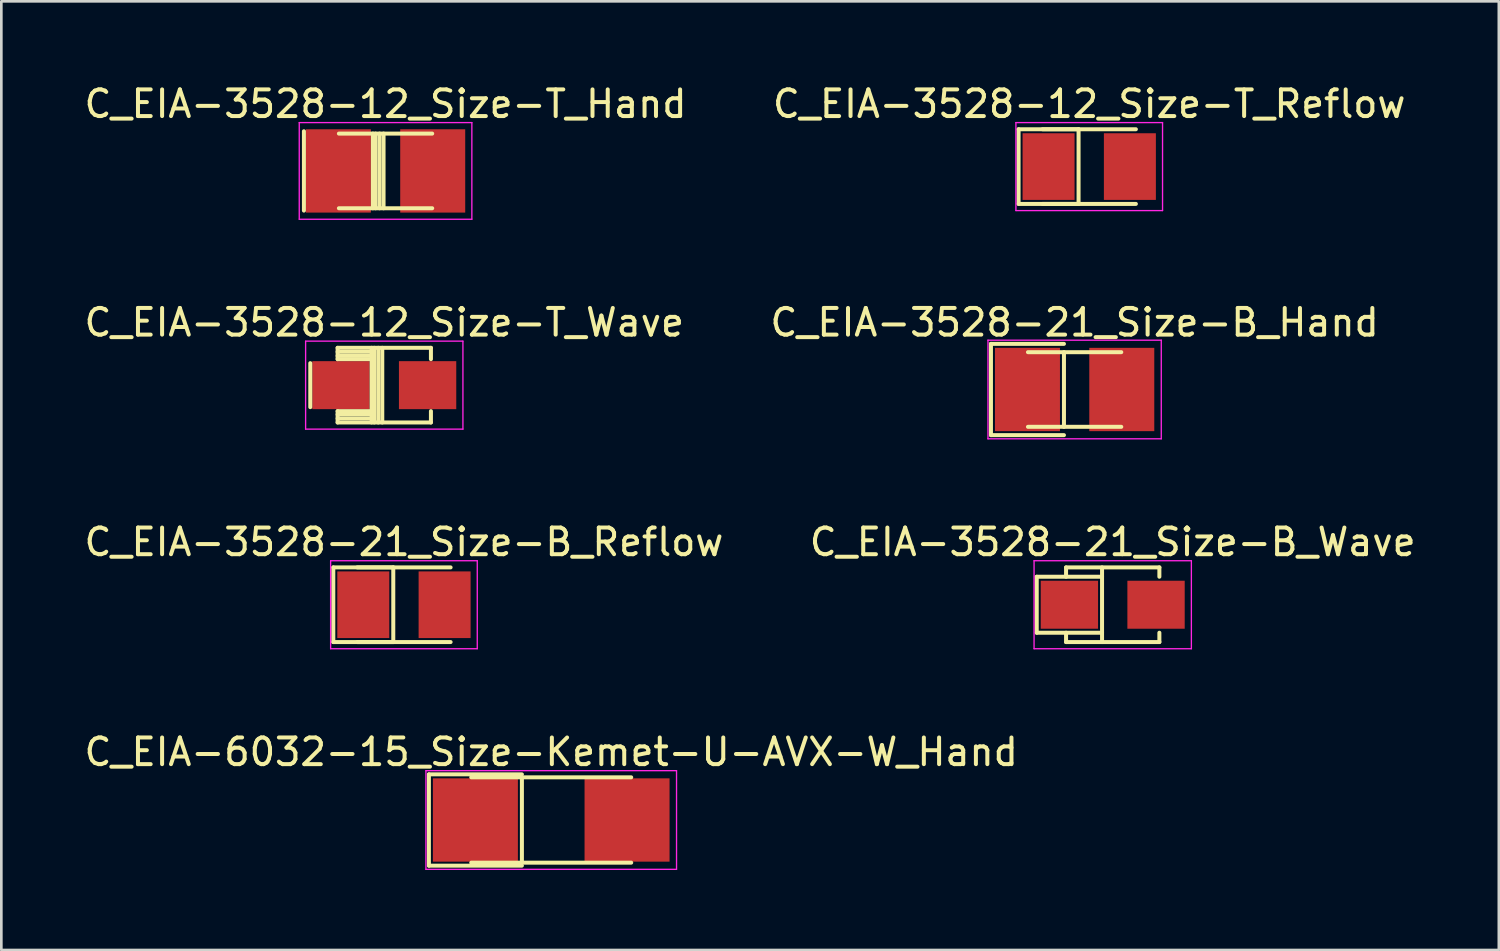
<source format=kicad_pcb>
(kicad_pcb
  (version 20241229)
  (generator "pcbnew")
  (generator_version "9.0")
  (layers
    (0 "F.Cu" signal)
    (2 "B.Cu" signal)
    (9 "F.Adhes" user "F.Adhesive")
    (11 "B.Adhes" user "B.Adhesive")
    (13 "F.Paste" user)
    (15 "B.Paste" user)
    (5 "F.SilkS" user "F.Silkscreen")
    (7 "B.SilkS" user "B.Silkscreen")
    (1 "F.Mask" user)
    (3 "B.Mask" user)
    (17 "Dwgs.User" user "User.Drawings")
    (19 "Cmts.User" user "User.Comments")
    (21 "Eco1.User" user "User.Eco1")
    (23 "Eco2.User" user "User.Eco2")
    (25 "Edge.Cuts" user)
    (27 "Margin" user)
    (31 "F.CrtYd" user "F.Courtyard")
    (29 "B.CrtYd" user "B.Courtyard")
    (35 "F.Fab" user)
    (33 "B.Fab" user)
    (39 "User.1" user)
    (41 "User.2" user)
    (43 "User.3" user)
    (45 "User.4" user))
  (footprint "C_EIA-3528-12_Size-T_Wave"
    (layer "F.Cu")
    (at 11.363 11.396)
    (property "Reference" "C_EIA-3528-12_Size-T_Wave" (at 0 -2.35 0) (layer "F.SilkS") (effects (font (size 1 1) (thickness 0.15))))
    (attr smd)
    (fp_line (start -2.775 0.825) (end -2.775 -0.825) (stroke (width 0.15) (type solid)) (layer "F.SilkS"))
    (fp_line (start -1.75 -1.4) (end -1.75 -0.975) (stroke (width 0.15) (type solid)) (layer "F.SilkS"))
    (fp_line (start -1.75 -1.4) (end 1.75 -1.4) (stroke (width 0.15) (type solid)) (layer "F.SilkS"))
    (fp_line (start -1.75 -1.25) (end -0.55 -1.25) (stroke (width 0.15) (type solid)) (layer "F.SilkS"))
    (fp_line (start -1.75 -1.1) (end -0.55 -1.1) (stroke (width 0.15) (type solid)) (layer "F.SilkS"))
    (fp_line (start -1.75 -0.975) (end -0.55 -0.975) (stroke (width 0.15) (type solid)) (layer "F.SilkS"))
    (fp_line (start -1.75 0.975) (end -1.75 1.4) (stroke (width 0.15) (type solid)) (layer "F.SilkS"))
    (fp_line (start -1.75 0.975) (end -0.55 0.975) (stroke (width 0.15) (type solid)) (layer "F.SilkS"))
    (fp_line (start -1.75 1.1) (end -0.55 1.1) (stroke (width 0.15) (type solid)) (layer "F.SilkS"))
    (fp_line (start -1.75 1.25) (end -0.55 1.25) (stroke (width 0.15) (type solid)) (layer "F.SilkS"))
    (fp_line (start -1.75 1.4) (end 1.75 1.4) (stroke (width 0.15) (type solid)) (layer "F.SilkS"))
    (fp_line (start -0.475 -1.4) (end -0.475 1.4) (stroke (width 0.15) (type solid)) (layer "F.SilkS"))
    (fp_line (start -0.375 -1.4) (end -0.375 1.4) (stroke (width 0.15) (type solid)) (layer "F.SilkS"))
    (fp_line (start -0.225 -1.4) (end -0.225 1.4) (stroke (width 0.15) (type solid)) (layer "F.SilkS"))
    (fp_line (start -0.075 -1.4) (end -0.075 1.4) (stroke (width 0.15) (type solid)) (layer "F.SilkS"))
    (fp_line (start 1.75 -1.4) (end 1.75 -0.975) (stroke (width 0.15) (type solid)) (layer "F.SilkS"))
    (fp_line (start 1.75 0.975) (end 1.75 1.4) (stroke (width 0.15) (type solid)) (layer "F.SilkS"))
    (fp_line (start -2.95 -1.65) (end -2.95 1.65) (stroke (width 0.05) (type solid)) (layer "F.CrtYd"))
    (fp_line (start -2.95 -1.65) (end 2.95 -1.65) (stroke (width 0.05) (type solid)) (layer "F.CrtYd"))
    (fp_line (start -2.95 1.65) (end 2.95 1.65) (stroke (width 0.05) (type solid)) (layer "F.CrtYd"))
    (fp_line (start 2.95 -1.65) (end 2.95 1.65) (stroke (width 0.05) (type solid)) (layer "F.CrtYd"))
    (pad "1" smd rect (at -1.625 0) (size 2.15 1.8) (layers "F.Cu" "F.Mask" "F.Paste"))
    (pad "2" smd rect (at 1.625 0) (size 2.15 1.8) (layers "F.Cu" "F.Mask" "F.Paste")))
  (footprint "C_EIA-3528-12_Size-T_Hand"
    (layer "F.Cu")
    (at 11.411 3.361)
    (property "Reference" "C_EIA-3528-12_Size-T_Hand" (at 0 -2.513 0) (layer "F.SilkS") (effects (font (size 1 1) (thickness 0.15))))
    (attr smd)
    (fp_line (start -3.062 1.488) (end -3.062 -1.488) (stroke (width 0.15) (type solid)) (layer "F.SilkS"))
    (fp_line (start -1.75 -1.4) (end 1.75 -1.4) (stroke (width 0.15) (type solid)) (layer "F.SilkS"))
    (fp_line (start -1.75 1.4) (end 1.75 1.4) (stroke (width 0.15) (type solid)) (layer "F.SilkS"))
    (fp_line (start -0.475 -1.4) (end -0.475 1.4) (stroke (width 0.15) (type solid)) (layer "F.SilkS"))
    (fp_line (start -0.375 -1.4) (end -0.375 1.4) (stroke (width 0.15) (type solid)) (layer "F.SilkS"))
    (fp_line (start -0.225 -1.4) (end -0.225 1.4) (stroke (width 0.15) (type solid)) (layer "F.SilkS"))
    (fp_line (start -0.075 -1.4) (end -0.075 1.4) (stroke (width 0.15) (type solid)) (layer "F.SilkS"))
    (fp_line (start -3.237 -1.812) (end -3.237 1.812) (stroke (width 0.05) (type solid)) (layer "F.CrtYd"))
    (fp_line (start -3.237 -1.812) (end 3.237 -1.812) (stroke (width 0.05) (type solid)) (layer "F.CrtYd"))
    (fp_line (start -3.237 1.812) (end 3.237 1.812) (stroke (width 0.05) (type solid)) (layer "F.CrtYd"))
    (fp_line (start 3.237 -1.812) (end 3.237 1.812) (stroke (width 0.05) (type solid)) (layer "F.CrtYd"))
    (pad "1" smd rect (at -1.769 0) (size 2.438 3.125) (layers "F.Cu" "F.Mask" "F.Paste"))
    (pad "2" smd rect (at 1.769 0) (size 2.438 3.125) (layers "F.Cu" "F.Mask" "F.Paste")))
  (footprint "C_EIA-3528-12_Size-T_Reflow"
    (layer "F.Cu")
    (at 37.804 3.198)
    (property "Reference" "C_EIA-3528-12_Size-T_Reflow" (at 0 -2.35 0) (layer "F.SilkS") (effects (font (size 1 1) (thickness 0.15))))
    (attr smd)
    (fp_line (start -2.65 -1.4) (end -0.4 -1.4) (stroke (width 0.15) (type solid)) (layer "F.SilkS"))
    (fp_line (start -2.65 1.4) (end -2.65 -1.4) (stroke (width 0.15) (type solid)) (layer "F.SilkS"))
    (fp_line (start -2.65 1.4) (end -0.4 1.4) (stroke (width 0.15) (type solid)) (layer "F.SilkS"))
    (fp_line (start -1.75 -1.4) (end 1.75 -1.4) (stroke (width 0.15) (type solid)) (layer "F.SilkS"))
    (fp_line (start -1.75 1.4) (end 1.75 1.4) (stroke (width 0.15) (type solid)) (layer "F.SilkS"))
    (fp_line (start -0.4 -1.4) (end -0.4 1.4) (stroke (width 0.15) (type solid)) (layer "F.SilkS"))
    (fp_line (start -2.75 -1.65) (end -2.75 1.65) (stroke (width 0.05) (type solid)) (layer "F.CrtYd"))
    (fp_line (start -2.75 -1.65) (end 2.75 -1.65) (stroke (width 0.05) (type solid)) (layer "F.CrtYd"))
    (fp_line (start -2.75 1.65) (end 2.75 1.65) (stroke (width 0.05) (type solid)) (layer "F.CrtYd"))
    (fp_line (start 2.75 -1.65) (end 2.75 1.65) (stroke (width 0.05) (type solid)) (layer "F.CrtYd"))
    (pad "1" smd rect (at -1.525 0) (size 1.95 2.5) (layers "F.Cu" "F.Mask" "F.Paste"))
    (pad "2" smd rect (at 1.525 0) (size 1.95 2.5) (layers "F.Cu" "F.Mask" "F.Paste")))
  (footprint "C_EIA-3528-21_Size-B_Hand"
    (layer "F.Cu")
    (at 37.256 11.559)
    (property "Reference" "C_EIA-3528-21_Size-B_Hand" (at 0 -2.513 0) (layer "F.SilkS") (effects (font (size 1 1) (thickness 0.15))))
    (attr smd)
    (fp_line (start -3.138 -1.712) (end -0.4 -1.712) (stroke (width 0.15) (type solid)) (layer "F.SilkS"))
    (fp_line (start -3.138 1.712) (end -3.138 -1.712) (stroke (width 0.15) (type solid)) (layer "F.SilkS"))
    (fp_line (start -3.138 1.712) (end -0.4 1.712) (stroke (width 0.15) (type solid)) (layer "F.SilkS"))
    (fp_line (start -1.75 -1.4) (end 1.75 -1.4) (stroke (width 0.15) (type solid)) (layer "F.SilkS"))
    (fp_line (start -1.75 1.4) (end 1.75 1.4) (stroke (width 0.15) (type solid)) (layer "F.SilkS"))
    (fp_line (start -0.4 -1.4) (end -0.4 1.4) (stroke (width 0.15) (type solid)) (layer "F.SilkS"))
    (fp_line (start -3.25 -1.85) (end -3.25 1.85) (stroke (width 0.05) (type solid)) (layer "F.CrtYd"))
    (fp_line (start -3.25 -1.85) (end 3.25 -1.85) (stroke (width 0.05) (type solid)) (layer "F.CrtYd"))
    (fp_line (start -3.25 1.85) (end 3.25 1.85) (stroke (width 0.05) (type solid)) (layer "F.CrtYd"))
    (fp_line (start 3.25 -1.85) (end 3.25 1.85) (stroke (width 0.05) (type solid)) (layer "F.CrtYd"))
    (pad "1" smd rect (at -1.769 0) (size 2.438 3.125) (layers "F.Cu" "F.Mask" "F.Paste"))
    (pad "2" smd rect (at 1.769 0) (size 2.438 3.125) (layers "F.Cu" "F.Mask" "F.Paste")))
  (footprint "C_EIA-3528-21_Size-B_Reflow"
    (layer "F.Cu")
    (at 12.101 19.632)
    (property "Reference" "C_EIA-3528-21_Size-B_Reflow" (at 0 -2.35 0) (layer "F.SilkS") (effects (font (size 1 1) (thickness 0.15))))
    (attr smd)
    (fp_line (start -2.65 -1.4) (end -0.4 -1.4) (stroke (width 0.15) (type solid)) (layer "F.SilkS"))
    (fp_line (start -2.65 1.4) (end -2.65 -1.4) (stroke (width 0.15) (type solid)) (layer "F.SilkS"))
    (fp_line (start -2.65 1.4) (end -0.4 1.4) (stroke (width 0.15) (type solid)) (layer "F.SilkS"))
    (fp_line (start -1.75 -1.4) (end 1.75 -1.4) (stroke (width 0.15) (type solid)) (layer "F.SilkS"))
    (fp_line (start -1.75 1.4) (end 1.75 1.4) (stroke (width 0.15) (type solid)) (layer "F.SilkS"))
    (fp_line (start -0.4 -1.4) (end -0.4 1.4) (stroke (width 0.15) (type solid)) (layer "F.SilkS"))
    (fp_line (start -2.75 -1.65) (end -2.75 1.65) (stroke (width 0.05) (type solid)) (layer "F.CrtYd"))
    (fp_line (start -2.75 -1.65) (end 2.75 -1.65) (stroke (width 0.05) (type solid)) (layer "F.CrtYd"))
    (fp_line (start -2.75 1.65) (end 2.75 1.65) (stroke (width 0.05) (type solid)) (layer "F.CrtYd"))
    (fp_line (start 2.75 -1.65) (end 2.75 1.65) (stroke (width 0.05) (type solid)) (layer "F.CrtYd"))
    (pad "1" smd rect (at -1.525 0) (size 1.95 2.5) (layers "F.Cu" "F.Mask" "F.Paste"))
    (pad "2" smd rect (at 1.525 0) (size 1.95 2.5) (layers "F.Cu" "F.Mask" "F.Paste")))
  (footprint "C_EIA-3528-21_Size-B_Wave"
    (layer "F.Cu")
    (at 38.685 19.632)
    (property "Reference" "C_EIA-3528-21_Size-B_Wave" (at 0 -2.35 0) (layer "F.SilkS") (effects (font (size 1 1) (thickness 0.15))))
    (attr smd)
    (fp_line (start -2.85 -1.05) (end -0.4 -1.05) (stroke (width 0.15) (type solid)) (layer "F.SilkS"))
    (fp_line (start -2.85 1.05) (end -2.85 -1.05) (stroke (width 0.15) (type solid)) (layer "F.SilkS"))
    (fp_line (start -2.85 1.05) (end -0.4 1.05) (stroke (width 0.15) (type solid)) (layer "F.SilkS"))
    (fp_line (start -1.75 -1.4) (end -1.75 -1.05) (stroke (width 0.15) (type solid)) (layer "F.SilkS"))
    (fp_line (start -1.75 -1.4) (end 1.75 -1.4) (stroke (width 0.15) (type solid)) (layer "F.SilkS"))
    (fp_line (start -1.75 1.05) (end -1.75 1.4) (stroke (width 0.15) (type solid)) (layer "F.SilkS"))
    (fp_line (start -1.75 1.4) (end 1.75 1.4) (stroke (width 0.15) (type solid)) (layer "F.SilkS"))
    (fp_line (start -0.4 -1.4) (end -0.4 1.4) (stroke (width 0.15) (type solid)) (layer "F.SilkS"))
    (fp_line (start 1.75 -1.4) (end 1.75 -1.05) (stroke (width 0.15) (type solid)) (layer "F.SilkS"))
    (fp_line (start 1.75 1.05) (end 1.75 1.4) (stroke (width 0.15) (type solid)) (layer "F.SilkS"))
    (fp_line (start -2.95 -1.65) (end -2.95 1.65) (stroke (width 0.05) (type solid)) (layer "F.CrtYd"))
    (fp_line (start -2.95 -1.65) (end 2.95 -1.65) (stroke (width 0.05) (type solid)) (layer "F.CrtYd"))
    (fp_line (start -2.95 1.65) (end 2.95 1.65) (stroke (width 0.05) (type solid)) (layer "F.CrtYd"))
    (fp_line (start 2.95 -1.65) (end 2.95 1.65) (stroke (width 0.05) (type solid)) (layer "F.CrtYd"))
    (pad "1" smd rect (at -1.625 0) (size 2.15 1.8) (layers "F.Cu" "F.Mask" "F.Paste"))
    (pad "2" smd rect (at 1.625 0) (size 2.15 1.8) (layers "F.Cu" "F.Mask" "F.Paste")))
  (footprint "C_EIA-6032-15_Size-Kemet-U-AVX-W_Hand"
    (layer "F.Cu")
    (at 17.625 27.706)
    (property "Reference" "C_EIA-6032-15_Size-Kemet-U-AVX-W_Hand" (at 0 -2.55 0) (layer "F.SilkS") (effects (font (size 1 1) (thickness 0.15))))
    (attr smd)
    (fp_line (start -4.588 -1.712) (end -1.1 -1.712) (stroke (width 0.15) (type solid)) (layer "F.SilkS"))
    (fp_line (start -4.588 1.712) (end -4.588 -1.712) (stroke (width 0.15) (type solid)) (layer "F.SilkS"))
    (fp_line (start -4.588 1.712) (end -1.1 1.712) (stroke (width 0.15) (type solid)) (layer "F.SilkS"))
    (fp_line (start -3 -1.6) (end 3 -1.6) (stroke (width 0.15) (type solid)) (layer "F.SilkS"))
    (fp_line (start -3 1.6) (end 3 1.6) (stroke (width 0.15) (type solid)) (layer "F.SilkS"))
    (fp_line (start -1.1 -1.6) (end -1.1 1.6) (stroke (width 0.15) (type solid)) (layer "F.SilkS"))
    (fp_line (start -4.7 -1.85) (end -4.7 1.85) (stroke (width 0.05) (type solid)) (layer "F.CrtYd"))
    (fp_line (start -4.7 -1.85) (end 4.7 -1.85) (stroke (width 0.05) (type solid)) (layer "F.CrtYd"))
    (fp_line (start -4.7 1.85) (end 4.7 1.85) (stroke (width 0.05) (type solid)) (layer "F.CrtYd"))
    (fp_line (start 4.7 -1.85) (end 4.7 1.85) (stroke (width 0.05) (type solid)) (layer "F.CrtYd"))
    (pad "1" smd rect (at -2.844 0) (size 3.188 3.125) (layers "F.Cu" "F.Mask" "F.Paste"))
    (pad "2" smd rect (at 2.844 0) (size 3.188 3.125) (layers "F.Cu" "F.Mask" "F.Paste")))
  (gr_rect
    (start -3 -3)
    (end 53.167 32.581)
    (stroke (width 0.1) (type default))
    (fill no)
    (layer "Edge.Cuts")))
</source>
